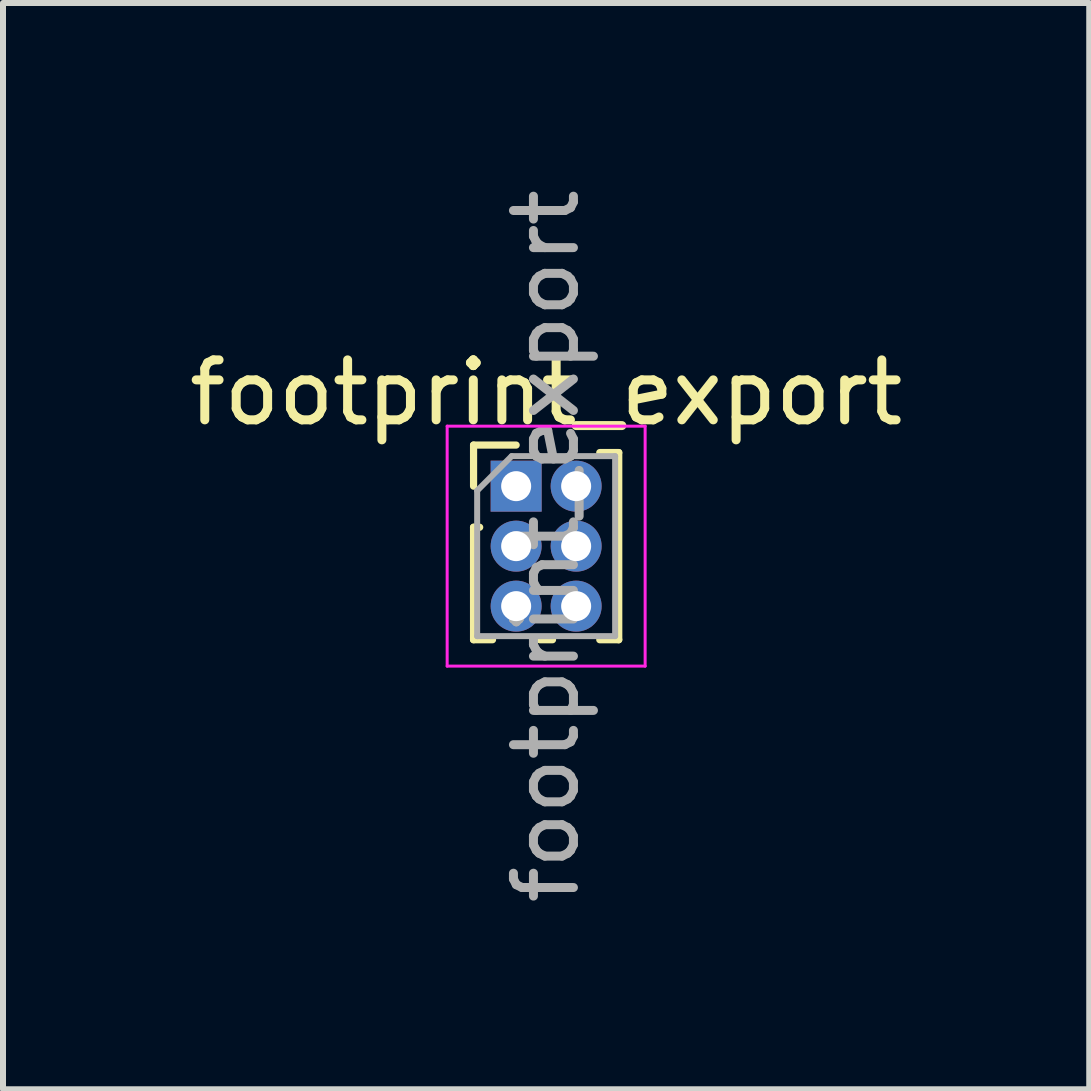
<source format=kicad_pcb>
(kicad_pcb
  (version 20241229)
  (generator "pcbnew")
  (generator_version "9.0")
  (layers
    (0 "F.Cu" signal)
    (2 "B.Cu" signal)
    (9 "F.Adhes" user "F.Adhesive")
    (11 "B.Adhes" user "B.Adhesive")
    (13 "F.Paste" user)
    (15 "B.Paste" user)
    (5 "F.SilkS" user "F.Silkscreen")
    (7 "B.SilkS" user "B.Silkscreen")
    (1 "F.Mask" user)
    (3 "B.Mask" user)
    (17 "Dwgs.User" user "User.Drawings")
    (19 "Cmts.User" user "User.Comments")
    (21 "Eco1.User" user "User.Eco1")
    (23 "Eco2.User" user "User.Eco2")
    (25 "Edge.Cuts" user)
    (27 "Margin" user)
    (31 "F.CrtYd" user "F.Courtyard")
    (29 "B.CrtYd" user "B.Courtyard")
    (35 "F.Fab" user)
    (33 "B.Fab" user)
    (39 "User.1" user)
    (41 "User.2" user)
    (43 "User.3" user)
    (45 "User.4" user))
  (footprint "footprint_export"
    (layer "F.Cu")
    (at 5.554 5.054)
    (property "Reference" "footprint_export" (at 0.5 -1.56 0) (layer "F.SilkS") (effects (font (size 1 1) (thickness 0.15))))
    (attr through_hole)
    (fp_line (start -0.71 -0.685) (end 0 -0.685) (stroke (width 0.12) (type solid)) (layer "F.SilkS"))
    (fp_line (start -0.71 0) (end -0.71 -0.685) (stroke (width 0.12) (type solid)) (layer "F.SilkS"))
    (fp_line (start -0.71 0.685) (end -0.71 2.56) (stroke (width 0.12) (type solid)) (layer "F.SilkS"))
    (fp_line (start -0.71 0.685) (end -0.608 0.685) (stroke (width 0.12) (type solid)) (layer "F.SilkS"))
    (fp_line (start -0.71 2.56) (end -0.394 2.56) (stroke (width 0.12) (type solid)) (layer "F.SilkS"))
    (fp_line (start 0.394 2.56) (end 0.606 2.56) (stroke (width 0.12) (type solid)) (layer "F.SilkS"))
    (fp_line (start 1.394 -0.56) (end 1.71 -0.56) (stroke (width 0.12) (type solid)) (layer "F.SilkS"))
    (fp_line (start 1.394 2.56) (end 1.71 2.56) (stroke (width 0.12) (type solid)) (layer "F.SilkS"))
    (fp_line (start 1.71 -0.56) (end 1.71 2.56) (stroke (width 0.12) (type solid)) (layer "F.SilkS"))
    (fp_line (start -1.15 -1) (end -1.15 3) (stroke (width 0.05) (type solid)) (layer "F.CrtYd"))
    (fp_line (start -1.15 3) (end 2.15 3) (stroke (width 0.05) (type solid)) (layer "F.CrtYd"))
    (fp_line (start 2.15 -1) (end -1.15 -1) (stroke (width 0.05) (type solid)) (layer "F.CrtYd"))
    (fp_line (start 2.15 3) (end 2.15 -1) (stroke (width 0.05) (type solid)) (layer "F.CrtYd"))
    (fp_line (start -0.65 0.075) (end -0.075 -0.5) (stroke (width 0.1) (type solid)) (layer "F.Fab"))
    (fp_line (start -0.65 2.5) (end -0.65 0.075) (stroke (width 0.1) (type solid)) (layer "F.Fab"))
    (fp_line (start -0.075 -0.5) (end 1.65 -0.5) (stroke (width 0.1) (type solid)) (layer "F.Fab"))
    (fp_line (start 1.65 -0.5) (end 1.65 2.5) (stroke (width 0.1) (type solid)) (layer "F.Fab"))
    (fp_line (start 1.65 2.5) (end -0.65 2.5) (stroke (width 0.1) (type solid)) (layer "F.Fab"))
    (fp_text user "${REFERENCE}" (at 0.5 1 90) (layer "F.Fab") (effects (font (size 1 1) (thickness 0.15))))
    (pad "1" thru_hole rect (at 0 0) (size 0.85 0.85) (drill 0.5) (layers "*.Cu" "*.Mask"))
    (pad "2" thru_hole oval (at 1 0) (size 0.85 0.85) (drill 0.5) (layers "*.Cu" "*.Mask"))
    (pad "3" thru_hole oval (at 0 1) (size 0.85 0.85) (drill 0.5) (layers "*.Cu" "*.Mask"))
    (pad "4" thru_hole oval (at 1 1) (size 0.85 0.85) (drill 0.5) (layers "*.Cu" "*.Mask"))
    (pad "5" thru_hole oval (at 0 2) (size 0.85 0.85) (drill 0.5) (layers "*.Cu" "*.Mask"))
    (pad "6" thru_hole oval (at 1 2) (size 0.85 0.85) (drill 0.5) (layers "*.Cu" "*.Mask")))
  (gr_rect
    (start -3 -3)
    (end 15.107 15.107)
    (stroke (width 0.1) (type default))
    (fill no)
    (layer "Edge.Cuts")))
</source>
